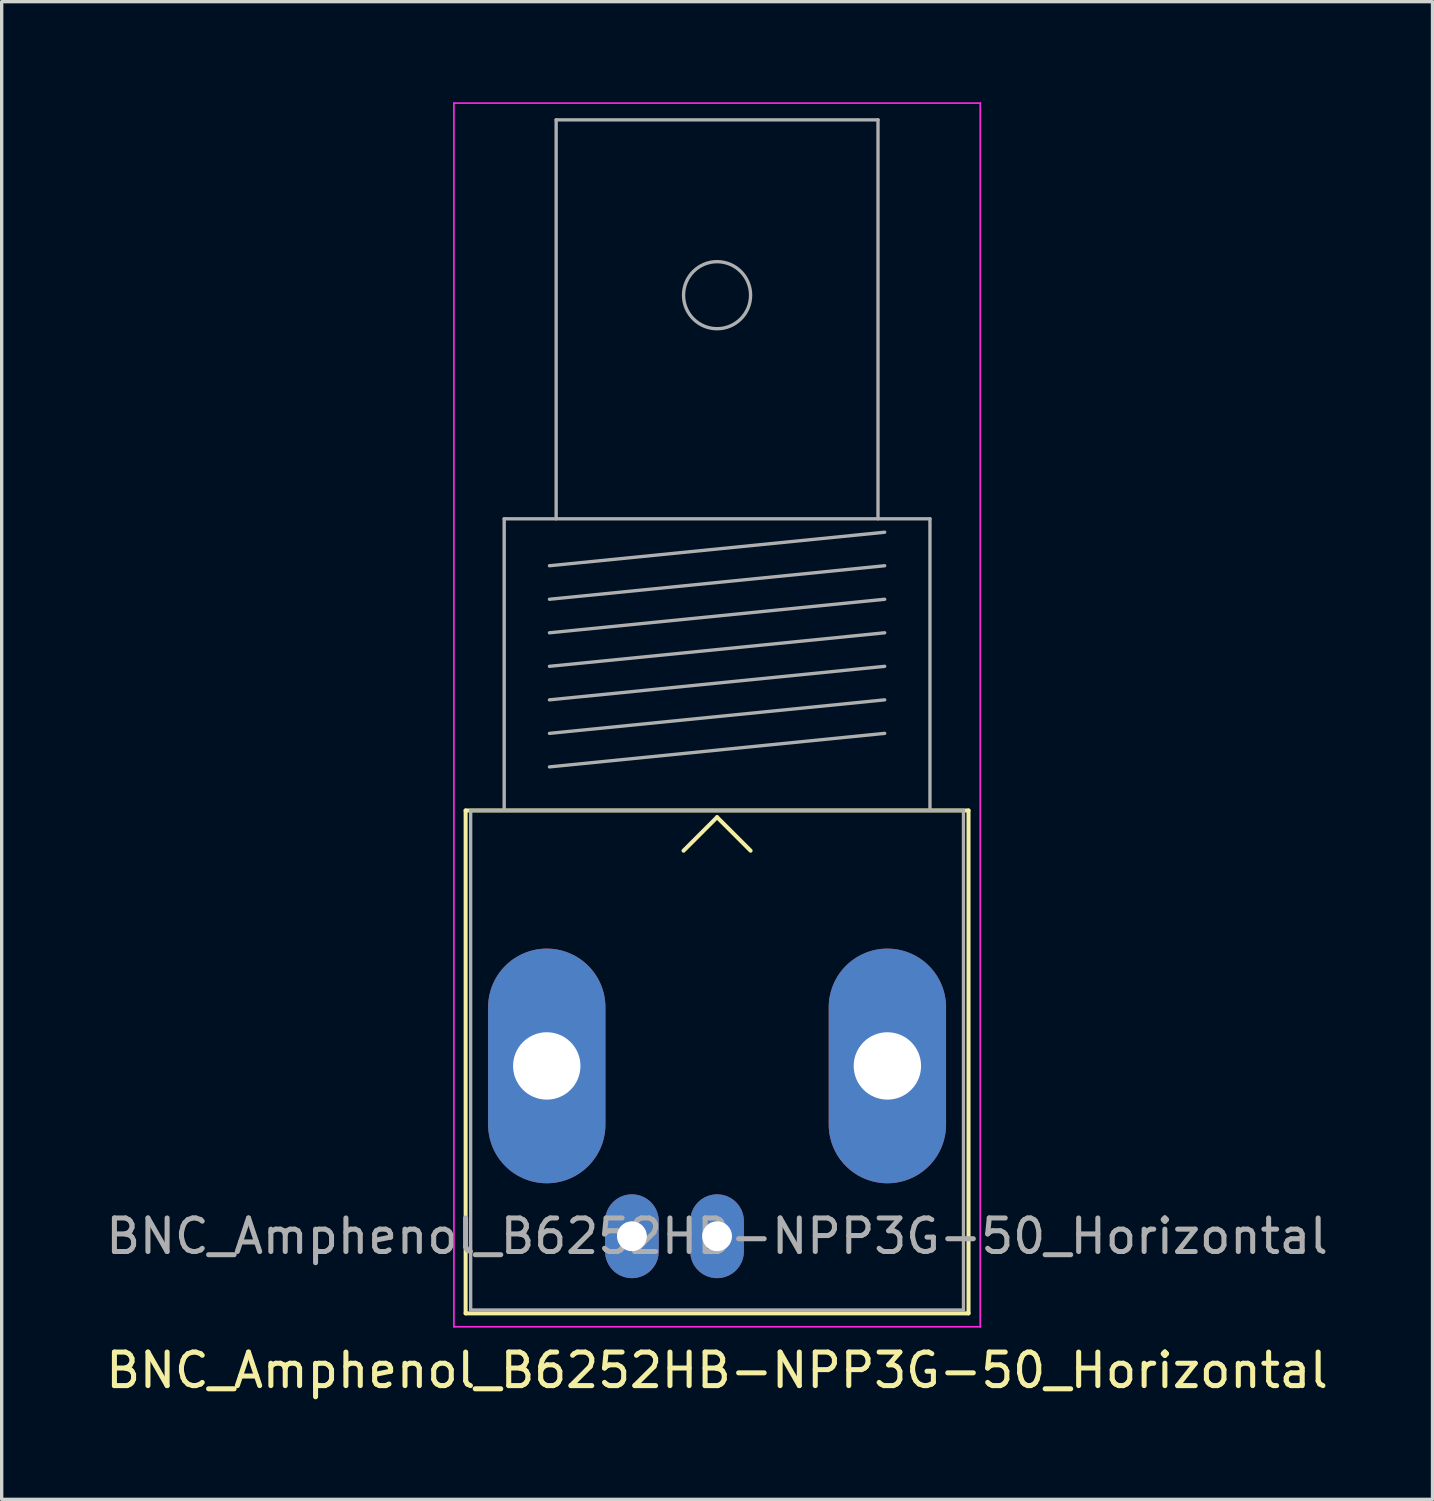
<source format=kicad_pcb>
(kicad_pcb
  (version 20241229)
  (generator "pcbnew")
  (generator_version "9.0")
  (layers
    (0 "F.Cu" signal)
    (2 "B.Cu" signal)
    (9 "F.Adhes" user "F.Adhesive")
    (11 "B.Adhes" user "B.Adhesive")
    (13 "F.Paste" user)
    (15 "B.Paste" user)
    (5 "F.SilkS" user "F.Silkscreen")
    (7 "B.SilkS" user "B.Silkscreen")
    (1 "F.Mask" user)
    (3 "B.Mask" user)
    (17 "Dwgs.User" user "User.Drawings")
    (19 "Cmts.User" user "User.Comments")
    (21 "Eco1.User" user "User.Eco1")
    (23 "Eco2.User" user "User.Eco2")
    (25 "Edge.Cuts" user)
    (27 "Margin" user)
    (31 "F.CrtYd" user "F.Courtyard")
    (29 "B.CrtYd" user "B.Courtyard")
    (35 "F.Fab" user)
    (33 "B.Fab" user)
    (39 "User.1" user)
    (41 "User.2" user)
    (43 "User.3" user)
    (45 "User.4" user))
  (footprint "BNC_Amphenol_B6252HB-NPP3G-50_Horizontal"
    (layer "F.Cu")
    (at 18.339 33.825)
    (property "Reference" "BNC_Amphenol_B6252HB-NPP3G-50_Horizontal" (at 0 4 0) (layer "F.SilkS") (effects (font (size 1 1) (thickness 0.15))))
    (attr through_hole)
    (fp_line (start -7.5 -12.7) (end 7.5 -12.7) (stroke (width 0.12) (type solid)) (layer "F.SilkS"))
    (fp_line (start -7.5 2.3) (end -7.5 -12.7) (stroke (width 0.12) (type solid)) (layer "F.SilkS"))
    (fp_line (start 0 -12.5) (end -1 -11.5) (stroke (width 0.12) (type solid)) (layer "F.SilkS"))
    (fp_line (start 0 -12.5) (end 1 -11.5) (stroke (width 0.12) (type solid)) (layer "F.SilkS"))
    (fp_line (start 7.5 -12.7) (end 7.5 2.3) (stroke (width 0.12) (type solid)) (layer "F.SilkS"))
    (fp_line (start 7.5 2.3) (end -7.5 2.3) (stroke (width 0.12) (type solid)) (layer "F.SilkS"))
    (fp_line (start -7.85 2.7) (end -7.85 -33.8) (stroke (width 0.05) (type solid)) (layer "F.CrtYd"))
    (fp_line (start -7.85 2.7) (end 7.85 2.7) (stroke (width 0.05) (type solid)) (layer "F.CrtYd"))
    (fp_line (start 7.85 -33.8) (end -7.85 -33.8) (stroke (width 0.05) (type solid)) (layer "F.CrtYd"))
    (fp_line (start 7.85 2.7) (end 7.85 -33.8) (stroke (width 0.05) (type solid)) (layer "F.CrtYd"))
    (fp_line (start -7.35 -12.7) (end -7.35 2.2) (stroke (width 0.1) (type solid)) (layer "F.Fab"))
    (fp_line (start -7.35 2.2) (end 7.35 2.2) (stroke (width 0.1) (type solid)) (layer "F.Fab"))
    (fp_line (start -6.35 -21.4) (end -6.35 -12.7) (stroke (width 0.1) (type solid)) (layer "F.Fab"))
    (fp_line (start -5 -20) (end 5 -21) (stroke (width 0.1) (type solid)) (layer "F.Fab"))
    (fp_line (start -5 -19) (end 5 -20) (stroke (width 0.1) (type solid)) (layer "F.Fab"))
    (fp_line (start -5 -18) (end 5 -19) (stroke (width 0.1) (type solid)) (layer "F.Fab"))
    (fp_line (start -5 -17) (end 5 -18) (stroke (width 0.1) (type solid)) (layer "F.Fab"))
    (fp_line (start -5 -16) (end 5 -17) (stroke (width 0.1) (type solid)) (layer "F.Fab"))
    (fp_line (start -5 -15) (end 5 -16) (stroke (width 0.1) (type solid)) (layer "F.Fab"))
    (fp_line (start -5 -14) (end 5 -15) (stroke (width 0.1) (type solid)) (layer "F.Fab"))
    (fp_line (start -4.8 -33.3) (end -4.8 -21.4) (stroke (width 0.1) (type solid)) (layer "F.Fab"))
    (fp_line (start 4.8 -33.3) (end -4.8 -33.3) (stroke (width 0.1) (type solid)) (layer "F.Fab"))
    (fp_line (start 4.8 -21.4) (end 4.8 -33.3) (stroke (width 0.1) (type solid)) (layer "F.Fab"))
    (fp_line (start 6.35 -21.4) (end -6.35 -21.4) (stroke (width 0.1) (type solid)) (layer "F.Fab"))
    (fp_line (start 6.35 -12.7) (end 6.35 -21.4) (stroke (width 0.1) (type solid)) (layer "F.Fab"))
    (fp_line (start 7.35 -12.7) (end -7.35 -12.7) (stroke (width 0.1) (type solid)) (layer "F.Fab"))
    (fp_line (start 7.35 2.2) (end 7.35 -12.7) (stroke (width 0.1) (type solid)) (layer "F.Fab"))
    (fp_circle (center 0 -28.07) (end 1 -28.07) (stroke (width 0.1) (type solid)) (fill no) (layer "F.Fab"))
    (fp_text user "${REFERENCE}" (at 0 0 0) (layer "F.Fab") (effects (font (size 1 1) (thickness 0.15))))
    (pad "1" thru_hole oval (at 0 0) (size 1.6 2.5) (drill 0.89) (layers "*.Cu" "*.Mask"))
    (pad "2" thru_hole oval (at -5.08 -5.08) (size 3.5 7) (drill 2.01) (layers "*.Cu" "*.Mask"))
    (pad "2" thru_hole oval (at -2.54 0) (size 1.6 2.5) (drill 0.89) (layers "*.Cu" "*.Mask"))
    (pad "2" thru_hole oval (at 5.08 -5.08) (size 3.5 7) (drill 2.01) (layers "*.Cu" "*.Mask")))
  (gr_rect
    (start -3 -3)
    (end 39.679 41.673)
    (stroke (width 0.1) (type default))
    (fill no)
    (layer "Edge.Cuts")))
</source>
